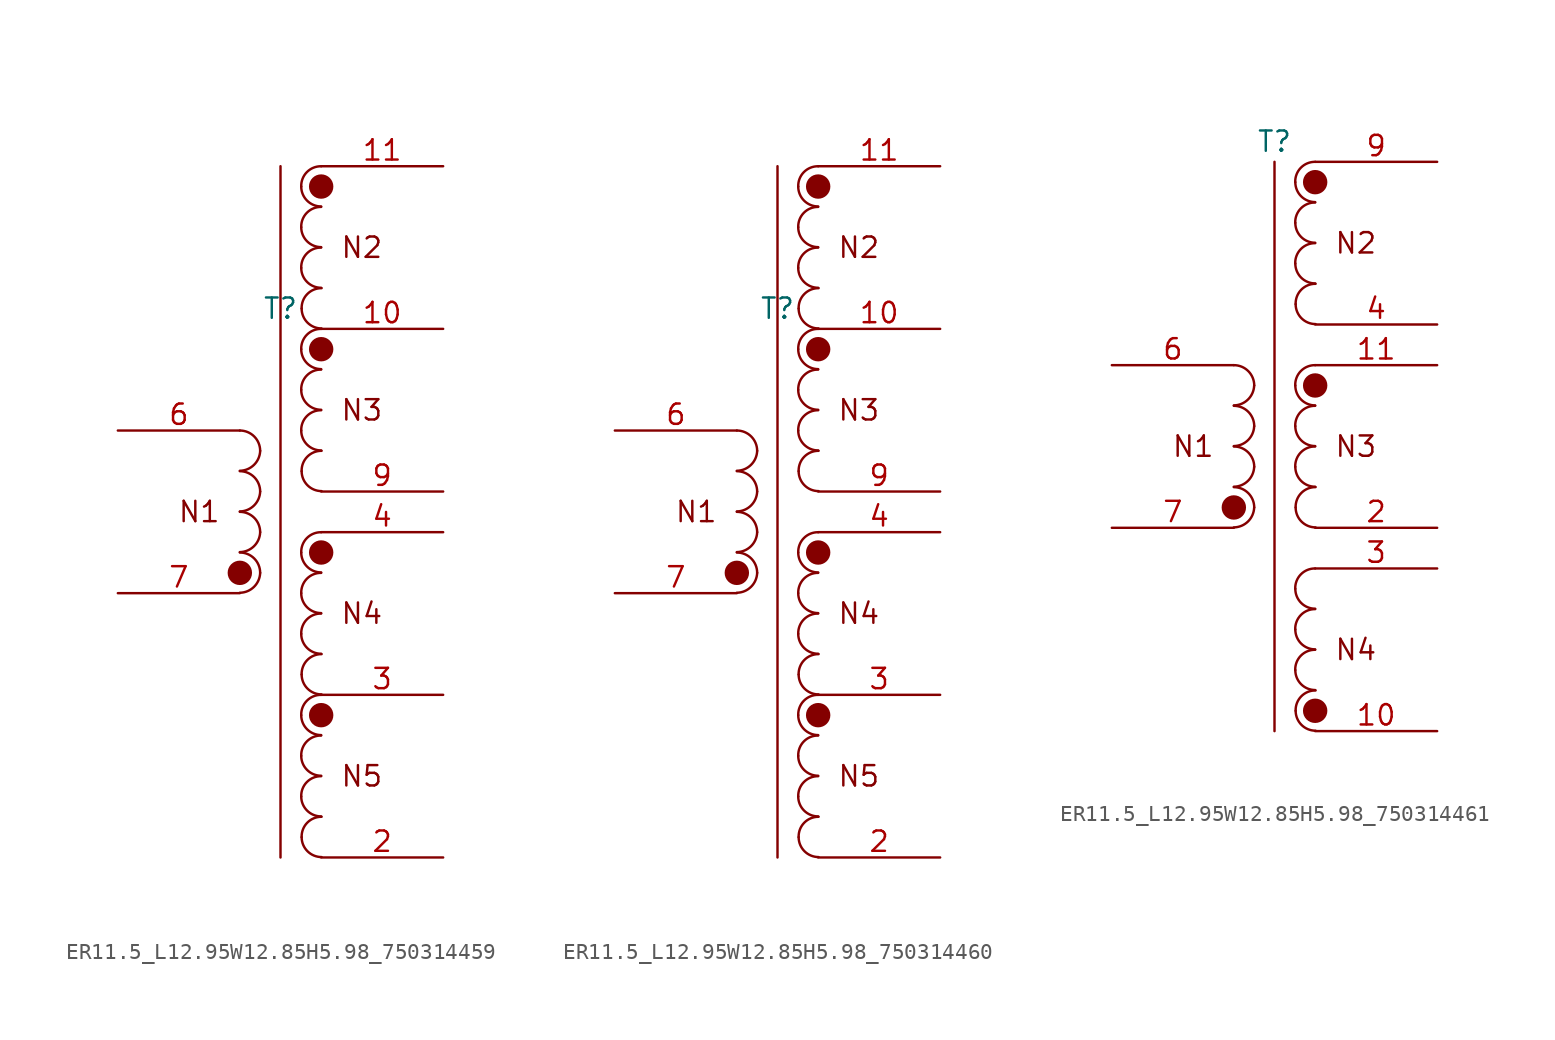
<source format=kicad_sym>
(kicad_symbol_lib
  (version 20220914)
  (generator kicad_symbol_editor)
  (symbol "ER11.5_L12.95W12.85H5.98_750314459"
    (pin_names hide)
    (property "Reference" "T"
      (at 0 12.7 0)
      (effects (font (size 1.27 1.27))))
    (symbol "ER11.5_L12.95W12.85H5.98_750314459_0_1"
      (arc (start -2.54 -5.0546) (mid -1.6561 -4.6863) (end -1.27 -3.81) (stroke (width 0) (type default)) (fill (type none)))
      (arc (start -2.54 -2.5146) (mid -1.6561 -2.1463) (end -1.27 -1.27) (stroke (width 0) (type default)) (fill (type none)))
      (arc (start -2.54 0.0254) (mid -1.6561 0.3937) (end -1.27 1.27) (stroke (width 0) (type default)) (fill (type none)))
      (arc (start -2.54 2.5654) (mid -1.6561 2.9337) (end -1.27 3.81) (stroke (width 0) (type default)) (fill (type none)))
      (arc (start -1.27 -3.81) (mid -1.642 -2.912) (end -2.54 -2.54) (stroke (width 0) (type default)) (fill (type none)))
      (arc (start -1.27 -1.27) (mid -1.642 -0.372) (end -2.54 0) (stroke (width 0) (type default)) (fill (type none)))
      (arc (start -1.27 1.27) (mid -1.642 2.168) (end -2.54 2.54) (stroke (width 0) (type default)) (fill (type none)))
      (arc (start -1.27 3.81) (mid -1.642 4.708) (end -2.54 5.08) (stroke (width 0) (type default)) (fill (type none)))
      (polyline (pts (xy 0 21.59) (xy 0 -21.59)) (stroke (width 0) (type default)) (fill (type none)))
      (arc (start 1.2954 -17.78) (mid 1.6599 -18.6601) (end 2.54 -19.0246) (stroke (width 0) (type default)) (fill (type none)))
      (arc (start 1.2954 -15.24) (mid 1.6599 -16.1201) (end 2.54 -16.4846) (stroke (width 0) (type default)) (fill (type none)))
      (arc (start 1.2954 -12.7) (mid 1.6599 -13.5801) (end 2.54 -13.9446) (stroke (width 0) (type default)) (fill (type none)))
      (arc (start 1.2954 -7.62) (mid 1.6599 -8.5001) (end 2.54 -8.8646) (stroke (width 0) (type default)) (fill (type none)))
      (arc (start 1.2954 -5.08) (mid 1.6599 -5.9601) (end 2.54 -6.3246) (stroke (width 0) (type default)) (fill (type none)))
      (arc (start 1.2954 -2.54) (mid 1.6599 -3.4201) (end 2.54 -3.7846) (stroke (width 0) (type default)) (fill (type none)))
      (arc (start 1.2954 5.08) (mid 1.6599 4.1999) (end 2.54 3.8354) (stroke (width 0) (type default)) (fill (type none)))
      (arc (start 1.2954 7.62) (mid 1.6599 6.7399) (end 2.54 6.3754) (stroke (width 0) (type default)) (fill (type none)))
      (arc (start 1.2954 10.16) (mid 1.6599 9.2799) (end 2.54 8.9154) (stroke (width 0) (type default)) (fill (type none)))
      (arc (start 1.2954 15.24) (mid 1.6599 14.3599) (end 2.54 13.9954) (stroke (width 0) (type default)) (fill (type none)))
      (arc (start 1.2954 17.78) (mid 1.6599 16.8999) (end 2.54 16.5354) (stroke (width 0) (type default)) (fill (type none)))
      (arc (start 1.2954 20.32) (mid 1.6599 19.4399) (end 2.54 19.0754) (stroke (width 0) (type default)) (fill (type none)))
      (arc (start 1.3208 -20.32) (mid 1.6855 -21.1999) (end 2.5654 -21.5646) (stroke (width 0) (type default)) (fill (type none)))
      (arc (start 1.3208 -10.16) (mid 1.6855 -11.0399) (end 2.5654 -11.4046) (stroke (width 0) (type default)) (fill (type none)))
      (arc (start 1.3208 2.54) (mid 1.6854 1.6601) (end 2.5654 1.2954) (stroke (width 0) (type default)) (fill (type none)))
      (arc (start 1.3208 12.7) (mid 1.6854 11.8201) (end 2.5654 11.4554) (stroke (width 0) (type default)) (fill (type none)))
      (arc (start 2.54 -16.51) (mid 1.6458 -16.8785) (end 1.2954 -17.78) (stroke (width 0) (type default)) (fill (type none)))
      (arc (start 2.54 -13.97) (mid 1.6458 -14.3385) (end 1.2954 -15.24) (stroke (width 0) (type default)) (fill (type none)))
      (arc (start 2.54 -11.43) (mid 1.6458 -11.7985) (end 1.2954 -12.7) (stroke (width 0) (type default)) (fill (type none)))
      (arc (start 2.54 -6.35) (mid 1.6458 -6.7185) (end 1.2954 -7.62) (stroke (width 0) (type default)) (fill (type none)))
      (arc (start 2.54 -3.81) (mid 1.6458 -4.1785) (end 1.2954 -5.08) (stroke (width 0) (type default)) (fill (type none)))
      (arc (start 2.54 -1.27) (mid 1.6458 -1.6385) (end 1.2954 -2.54) (stroke (width 0) (type default)) (fill (type none)))
      (arc (start 2.54 6.35) (mid 1.6458 5.9815) (end 1.2954 5.08) (stroke (width 0) (type default)) (fill (type none)))
      (arc (start 2.54 8.89) (mid 1.6458 8.5215) (end 1.2954 7.62) (stroke (width 0) (type default)) (fill (type none)))
      (arc (start 2.54 11.43) (mid 1.6458 11.0615) (end 1.2954 10.16) (stroke (width 0) (type default)) (fill (type none)))
      (arc (start 2.54 16.51) (mid 1.6458 16.1415) (end 1.2954 15.24) (stroke (width 0) (type default)) (fill (type none)))
      (arc (start 2.54 19.05) (mid 1.6458 18.6815) (end 1.2954 17.78) (stroke (width 0) (type default)) (fill (type none)))
      (arc (start 2.54 21.59) (mid 1.6458 21.2215) (end 1.2954 20.32) (stroke (width 0) (type default)) (fill (type none)))
      (arc (start 2.5654 -19.05) (mid 1.6709 -19.4183) (end 1.3208 -20.32) (stroke (width 0) (type default)) (fill (type none)))
      (arc (start 2.5654 -8.89) (mid 1.6709 -9.2583) (end 1.3208 -10.16) (stroke (width 0) (type default)) (fill (type none)))
      (arc (start 2.5654 3.81) (mid 1.6709 3.4417) (end 1.3208 2.54) (stroke (width 0) (type default)) (fill (type none)))
      (arc (start 2.5654 13.97) (mid 1.6709 13.6017) (end 1.3208 12.7) (stroke (width 0) (type default)) (fill (type none))))
    (symbol "ER11.5_L12.95W12.85H5.98_750314459_1_1"
      (circle (center -2.54 -3.81) (radius 0.0001) (stroke (width 0.762) (type default)) (fill (type none)))
      (circle (center 2.54 -12.7) (radius 0.0001) (stroke (width 0.762) (type default)) (fill (type none)))
      (circle (center 2.54 -2.54) (radius 0.0001) (stroke (width 0.762) (type default)) (fill (type none)))
      (circle (center 2.54 10.16) (radius 0.0001) (stroke (width 0.762) (type default)) (fill (type none)))
      (circle (center 2.54 20.32) (radius 0.0001) (stroke (width 0.762) (type default)) (fill (type none)))
      (text "N1" (at -5.08 0 0) (effects (font (size 1.27 1.27))))
      (text "N2" (at 5.08 16.51 0) (effects (font (size 1.27 1.27))))
      (text "N3" (at 5.08 6.35 0) (effects (font (size 1.27 1.27))))
      (text "N4" (at 5.08 -6.35 0) (effects (font (size 1.27 1.27))))
      (text "N5" (at 5.08 -16.51 0) (effects (font (size 1.27 1.27))))
      (pin passive line (at 10.16 11.43 180) (length 7.62) (name "10" (effects (font (size 1.27 1.27)))) (number "10" (effects (font (size 1.27 1.27)))))
      (pin passive line (at 10.16 21.59 180) (length 7.62) (name "11" (effects (font (size 1.27 1.27)))) (number "11" (effects (font (size 1.27 1.27)))))
      (pin passive line (at 10.16 -21.59 180) (length 7.62) (name "2" (effects (font (size 1.27 1.27)))) (number "2" (effects (font (size 1.27 1.27)))))
      (pin passive line (at 10.16 -11.43 180) (length 7.62) (name "3" (effects (font (size 1.27 1.27)))) (number "3" (effects (font (size 1.27 1.27)))))
      (pin passive line (at 10.16 -1.27 180) (length 7.62) (name "4" (effects (font (size 1.27 1.27)))) (number "4" (effects (font (size 1.27 1.27)))))
      (pin passive line (at -10.16 5.08 0) (length 7.62) (name "6" (effects (font (size 1.27 1.27)))) (number "6" (effects (font (size 1.27 1.27)))))
      (pin passive line (at -10.16 -5.08 0) (length 7.62) (name "7" (effects (font (size 1.27 1.27)))) (number "7" (effects (font (size 1.27 1.27)))))
      (pin passive line (at 10.16 1.27 180) (length 7.62) (name "9" (effects (font (size 1.27 1.27)))) (number "9" (effects (font (size 1.27 1.27)))))))
  (symbol "ER11.5_L12.95W12.85H5.98_750314460"
    (pin_names hide)
    (property "Reference" "T"
      (at 0 12.7 0)
      (effects (font (size 1.27 1.27))))
    (symbol "ER11.5_L12.95W12.85H5.98_750314460_0_1"
      (arc (start -2.54 -5.0546) (mid -1.6561 -4.6863) (end -1.27 -3.81) (stroke (width 0) (type default)) (fill (type none)))
      (arc (start -2.54 -2.5146) (mid -1.6561 -2.1463) (end -1.27 -1.27) (stroke (width 0) (type default)) (fill (type none)))
      (arc (start -2.54 0.0254) (mid -1.6561 0.3937) (end -1.27 1.27) (stroke (width 0) (type default)) (fill (type none)))
      (arc (start -2.54 2.5654) (mid -1.6561 2.9337) (end -1.27 3.81) (stroke (width 0) (type default)) (fill (type none)))
      (arc (start -1.27 -3.81) (mid -1.642 -2.912) (end -2.54 -2.54) (stroke (width 0) (type default)) (fill (type none)))
      (arc (start -1.27 -1.27) (mid -1.642 -0.372) (end -2.54 0) (stroke (width 0) (type default)) (fill (type none)))
      (arc (start -1.27 1.27) (mid -1.642 2.168) (end -2.54 2.54) (stroke (width 0) (type default)) (fill (type none)))
      (arc (start -1.27 3.81) (mid -1.642 4.708) (end -2.54 5.08) (stroke (width 0) (type default)) (fill (type none)))
      (polyline (pts (xy 0 21.59) (xy 0 -21.59)) (stroke (width 0) (type default)) (fill (type none)))
      (arc (start 1.2954 -17.78) (mid 1.6599 -18.6601) (end 2.54 -19.0246) (stroke (width 0) (type default)) (fill (type none)))
      (arc (start 1.2954 -15.24) (mid 1.6599 -16.1201) (end 2.54 -16.4846) (stroke (width 0) (type default)) (fill (type none)))
      (arc (start 1.2954 -12.7) (mid 1.6599 -13.5801) (end 2.54 -13.9446) (stroke (width 0) (type default)) (fill (type none)))
      (arc (start 1.2954 -7.62) (mid 1.6599 -8.5001) (end 2.54 -8.8646) (stroke (width 0) (type default)) (fill (type none)))
      (arc (start 1.2954 -5.08) (mid 1.6599 -5.9601) (end 2.54 -6.3246) (stroke (width 0) (type default)) (fill (type none)))
      (arc (start 1.2954 -2.54) (mid 1.6599 -3.4201) (end 2.54 -3.7846) (stroke (width 0) (type default)) (fill (type none)))
      (arc (start 1.2954 5.08) (mid 1.6599 4.1999) (end 2.54 3.8354) (stroke (width 0) (type default)) (fill (type none)))
      (arc (start 1.2954 7.62) (mid 1.6599 6.7399) (end 2.54 6.3754) (stroke (width 0) (type default)) (fill (type none)))
      (arc (start 1.2954 10.16) (mid 1.6599 9.2799) (end 2.54 8.9154) (stroke (width 0) (type default)) (fill (type none)))
      (arc (start 1.2954 15.24) (mid 1.6599 14.3599) (end 2.54 13.9954) (stroke (width 0) (type default)) (fill (type none)))
      (arc (start 1.2954 17.78) (mid 1.6599 16.8999) (end 2.54 16.5354) (stroke (width 0) (type default)) (fill (type none)))
      (arc (start 1.2954 20.32) (mid 1.6599 19.4399) (end 2.54 19.0754) (stroke (width 0) (type default)) (fill (type none)))
      (arc (start 1.3208 -20.32) (mid 1.6855 -21.1999) (end 2.5654 -21.5646) (stroke (width 0) (type default)) (fill (type none)))
      (arc (start 1.3208 -10.16) (mid 1.6855 -11.0399) (end 2.5654 -11.4046) (stroke (width 0) (type default)) (fill (type none)))
      (arc (start 1.3208 2.54) (mid 1.6854 1.6601) (end 2.5654 1.2954) (stroke (width 0) (type default)) (fill (type none)))
      (arc (start 1.3208 12.7) (mid 1.6854 11.8201) (end 2.5654 11.4554) (stroke (width 0) (type default)) (fill (type none)))
      (arc (start 2.54 -16.51) (mid 1.6458 -16.8785) (end 1.2954 -17.78) (stroke (width 0) (type default)) (fill (type none)))
      (arc (start 2.54 -13.97) (mid 1.6458 -14.3385) (end 1.2954 -15.24) (stroke (width 0) (type default)) (fill (type none)))
      (arc (start 2.54 -11.43) (mid 1.6458 -11.7985) (end 1.2954 -12.7) (stroke (width 0) (type default)) (fill (type none)))
      (arc (start 2.54 -6.35) (mid 1.6458 -6.7185) (end 1.2954 -7.62) (stroke (width 0) (type default)) (fill (type none)))
      (arc (start 2.54 -3.81) (mid 1.6458 -4.1785) (end 1.2954 -5.08) (stroke (width 0) (type default)) (fill (type none)))
      (arc (start 2.54 -1.27) (mid 1.6458 -1.6385) (end 1.2954 -2.54) (stroke (width 0) (type default)) (fill (type none)))
      (arc (start 2.54 6.35) (mid 1.6458 5.9815) (end 1.2954 5.08) (stroke (width 0) (type default)) (fill (type none)))
      (arc (start 2.54 8.89) (mid 1.6458 8.5215) (end 1.2954 7.62) (stroke (width 0) (type default)) (fill (type none)))
      (arc (start 2.54 11.43) (mid 1.6458 11.0615) (end 1.2954 10.16) (stroke (width 0) (type default)) (fill (type none)))
      (arc (start 2.54 16.51) (mid 1.6458 16.1415) (end 1.2954 15.24) (stroke (width 0) (type default)) (fill (type none)))
      (arc (start 2.54 19.05) (mid 1.6458 18.6815) (end 1.2954 17.78) (stroke (width 0) (type default)) (fill (type none)))
      (arc (start 2.54 21.59) (mid 1.6458 21.2215) (end 1.2954 20.32) (stroke (width 0) (type default)) (fill (type none)))
      (arc (start 2.5654 -19.05) (mid 1.6709 -19.4183) (end 1.3208 -20.32) (stroke (width 0) (type default)) (fill (type none)))
      (arc (start 2.5654 -8.89) (mid 1.6709 -9.2583) (end 1.3208 -10.16) (stroke (width 0) (type default)) (fill (type none)))
      (arc (start 2.5654 3.81) (mid 1.6709 3.4417) (end 1.3208 2.54) (stroke (width 0) (type default)) (fill (type none)))
      (arc (start 2.5654 13.97) (mid 1.6709 13.6017) (end 1.3208 12.7) (stroke (width 0) (type default)) (fill (type none))))
    (symbol "ER11.5_L12.95W12.85H5.98_750314460_1_1"
      (circle (center -2.54 -3.81) (radius 0.0001) (stroke (width 0.762) (type default)) (fill (type none)))
      (circle (center 2.54 -12.7) (radius 0.0001) (stroke (width 0.762) (type default)) (fill (type none)))
      (circle (center 2.54 -2.54) (radius 0.0001) (stroke (width 0.762) (type default)) (fill (type none)))
      (circle (center 2.54 10.16) (radius 0.0001) (stroke (width 0.762) (type default)) (fill (type none)))
      (circle (center 2.54 20.32) (radius 0.0001) (stroke (width 0.762) (type default)) (fill (type none)))
      (text "N1" (at -5.08 0 0) (effects (font (size 1.27 1.27))))
      (text "N2" (at 5.08 16.51 0) (effects (font (size 1.27 1.27))))
      (text "N3" (at 5.08 6.35 0) (effects (font (size 1.27 1.27))))
      (text "N4" (at 5.08 -6.35 0) (effects (font (size 1.27 1.27))))
      (text "N5" (at 5.08 -16.51 0) (effects (font (size 1.27 1.27))))
      (pin passive line (at 10.16 11.43 180) (length 7.62) (name "10" (effects (font (size 1.27 1.27)))) (number "10" (effects (font (size 1.27 1.27)))))
      (pin passive line (at 10.16 21.59 180) (length 7.62) (name "11" (effects (font (size 1.27 1.27)))) (number "11" (effects (font (size 1.27 1.27)))))
      (pin passive line (at 10.16 -21.59 180) (length 7.62) (name "2" (effects (font (size 1.27 1.27)))) (number "2" (effects (font (size 1.27 1.27)))))
      (pin passive line (at 10.16 -11.43 180) (length 7.62) (name "3" (effects (font (size 1.27 1.27)))) (number "3" (effects (font (size 1.27 1.27)))))
      (pin passive line (at 10.16 -1.27 180) (length 7.62) (name "4" (effects (font (size 1.27 1.27)))) (number "4" (effects (font (size 1.27 1.27)))))
      (pin passive line (at -10.16 5.08 0) (length 7.62) (name "6" (effects (font (size 1.27 1.27)))) (number "6" (effects (font (size 1.27 1.27)))))
      (pin passive line (at -10.16 -5.08 0) (length 7.62) (name "7" (effects (font (size 1.27 1.27)))) (number "7" (effects (font (size 1.27 1.27)))))
      (pin passive line (at 10.16 1.27 180) (length 7.62) (name "9" (effects (font (size 1.27 1.27)))) (number "9" (effects (font (size 1.27 1.27)))))))
  (symbol "ER11.5_L12.95W12.85H5.98_750314461"
    (pin_names hide)
    (property "Reference" "T"
      (at 0 19.05 0)
      (effects (font (size 1.27 1.27))))
    (symbol "ER11.5_L12.95W12.85H5.98_750314461_0_1"
      (arc (start -2.54 -5.0546) (mid -1.6561 -4.6863) (end -1.27 -3.81) (stroke (width 0) (type default)) (fill (type none)))
      (arc (start -2.54 -2.5146) (mid -1.6561 -2.1463) (end -1.27 -1.27) (stroke (width 0) (type default)) (fill (type none)))
      (arc (start -2.54 0.0254) (mid -1.6561 0.3937) (end -1.27 1.27) (stroke (width 0) (type default)) (fill (type none)))
      (arc (start -2.54 2.5654) (mid -1.6561 2.9337) (end -1.27 3.81) (stroke (width 0) (type default)) (fill (type none)))
      (arc (start -1.27 -3.81) (mid -1.642 -2.912) (end -2.54 -2.54) (stroke (width 0) (type default)) (fill (type none)))
      (arc (start -1.27 -1.27) (mid -1.642 -0.372) (end -2.54 0) (stroke (width 0) (type default)) (fill (type none)))
      (arc (start -1.27 1.27) (mid -1.642 2.168) (end -2.54 2.54) (stroke (width 0) (type default)) (fill (type none)))
      (arc (start -1.27 3.81) (mid -1.642 4.708) (end -2.54 5.08) (stroke (width 0) (type default)) (fill (type none)))
      (polyline (pts (xy 0 17.78) (xy 0 -17.78)) (stroke (width 0) (type default)) (fill (type none)))
      (arc (start 1.2954 -13.97) (mid 1.6599 -14.8501) (end 2.54 -15.2146) (stroke (width 0) (type default)) (fill (type none)))
      (arc (start 1.2954 -11.43) (mid 1.6599 -12.3101) (end 2.54 -12.6746) (stroke (width 0) (type default)) (fill (type none)))
      (arc (start 1.2954 -8.89) (mid 1.6599 -9.7701) (end 2.54 -10.1346) (stroke (width 0) (type default)) (fill (type none)))
      (arc (start 1.2954 -1.27) (mid 1.6599 -2.1501) (end 2.54 -2.5146) (stroke (width 0) (type default)) (fill (type none)))
      (arc (start 1.2954 1.27) (mid 1.6599 0.3899) (end 2.54 0.0254) (stroke (width 0) (type default)) (fill (type none)))
      (arc (start 1.2954 3.81) (mid 1.6599 2.9299) (end 2.54 2.5654) (stroke (width 0) (type default)) (fill (type none)))
      (arc (start 1.2954 11.43) (mid 1.6599 10.5499) (end 2.54 10.1854) (stroke (width 0) (type default)) (fill (type none)))
      (arc (start 1.2954 13.97) (mid 1.6599 13.0899) (end 2.54 12.7254) (stroke (width 0) (type default)) (fill (type none)))
      (arc (start 1.2954 16.51) (mid 1.6599 15.6299) (end 2.54 15.2654) (stroke (width 0) (type default)) (fill (type none)))
      (arc (start 1.3208 -16.51) (mid 1.6855 -17.3899) (end 2.5654 -17.7546) (stroke (width 0) (type default)) (fill (type none)))
      (arc (start 1.3208 -3.81) (mid 1.6855 -4.6899) (end 2.5654 -5.0546) (stroke (width 0) (type default)) (fill (type none)))
      (arc (start 1.3208 8.89) (mid 1.6855 8.0101) (end 2.5654 7.6454) (stroke (width 0) (type default)) (fill (type none)))
      (arc (start 2.54 -12.7) (mid 1.6458 -13.0685) (end 1.2954 -13.97) (stroke (width 0) (type default)) (fill (type none)))
      (arc (start 2.54 -10.16) (mid 1.6458 -10.5285) (end 1.2954 -11.43) (stroke (width 0) (type default)) (fill (type none)))
      (arc (start 2.54 -7.62) (mid 1.6458 -7.9885) (end 1.2954 -8.89) (stroke (width 0) (type default)) (fill (type none)))
      (arc (start 2.54 0) (mid 1.6458 -0.3685) (end 1.2954 -1.27) (stroke (width 0) (type default)) (fill (type none)))
      (arc (start 2.54 2.54) (mid 1.6458 2.1715) (end 1.2954 1.27) (stroke (width 0) (type default)) (fill (type none)))
      (arc (start 2.54 5.08) (mid 1.6458 4.7115) (end 1.2954 3.81) (stroke (width 0) (type default)) (fill (type none)))
      (arc (start 2.54 12.7) (mid 1.6458 12.3315) (end 1.2954 11.43) (stroke (width 0) (type default)) (fill (type none)))
      (arc (start 2.54 15.24) (mid 1.6458 14.8715) (end 1.2954 13.97) (stroke (width 0) (type default)) (fill (type none)))
      (arc (start 2.54 17.78) (mid 1.6458 17.4115) (end 1.2954 16.51) (stroke (width 0) (type default)) (fill (type none)))
      (arc (start 2.5654 -15.24) (mid 1.6709 -15.6083) (end 1.3208 -16.51) (stroke (width 0) (type default)) (fill (type none)))
      (arc (start 2.5654 -2.54) (mid 1.6709 -2.9083) (end 1.3208 -3.81) (stroke (width 0) (type default)) (fill (type none)))
      (arc (start 2.5654 10.16) (mid 1.6709 9.7917) (end 1.3208 8.89) (stroke (width 0) (type default)) (fill (type none))))
    (symbol "ER11.5_L12.95W12.85H5.98_750314461_1_1"
      (circle (center -2.54 -3.81) (radius 0.0001) (stroke (width 0.762) (type default)) (fill (type none)))
      (circle (center 2.54 -16.51) (radius 0.0001) (stroke (width 0.762) (type default)) (fill (type none)))
      (circle (center 2.54 3.81) (radius 0.0001) (stroke (width 0.762) (type default)) (fill (type none)))
      (circle (center 2.54 16.51) (radius 0.0001) (stroke (width 0.762) (type default)) (fill (type none)))
      (text "N1" (at -5.08 0 0) (effects (font (size 1.27 1.27))))
      (text "N2" (at 5.08 12.7 0) (effects (font (size 1.27 1.27))))
      (text "N3" (at 5.08 0 0) (effects (font (size 1.27 1.27))))
      (text "N4" (at 5.08 -12.7 0) (effects (font (size 1.27 1.27))))
      (pin passive line (at 10.16 -17.78 180) (length 7.62) (name "10" (effects (font (size 1.27 1.27)))) (number "10" (effects (font (size 1.27 1.27)))))
      (pin passive line (at 10.16 5.08 180) (length 7.62) (name "11" (effects (font (size 1.27 1.27)))) (number "11" (effects (font (size 1.27 1.27)))))
      (pin passive line (at 10.16 -5.08 180) (length 7.62) (name "2" (effects (font (size 1.27 1.27)))) (number "2" (effects (font (size 1.27 1.27)))))
      (pin passive line (at 10.16 -7.62 180) (length 7.62) (name "3" (effects (font (size 1.27 1.27)))) (number "3" (effects (font (size 1.27 1.27)))))
      (pin passive line (at 10.16 7.62 180) (length 7.62) (name "4" (effects (font (size 1.27 1.27)))) (number "4" (effects (font (size 1.27 1.27)))))
      (pin passive line (at -10.16 5.08 0) (length 7.62) (name "6" (effects (font (size 1.27 1.27)))) (number "6" (effects (font (size 1.27 1.27)))))
      (pin passive line (at -10.16 -5.08 0) (length 7.62) (name "7" (effects (font (size 1.27 1.27)))) (number "7" (effects (font (size 1.27 1.27)))))
      (pin passive line (at 10.16 17.78 180) (length 7.62) (name "9" (effects (font (size 1.27 1.27)))) (number "9" (effects (font (size 1.27 1.27))))))))
</source>
